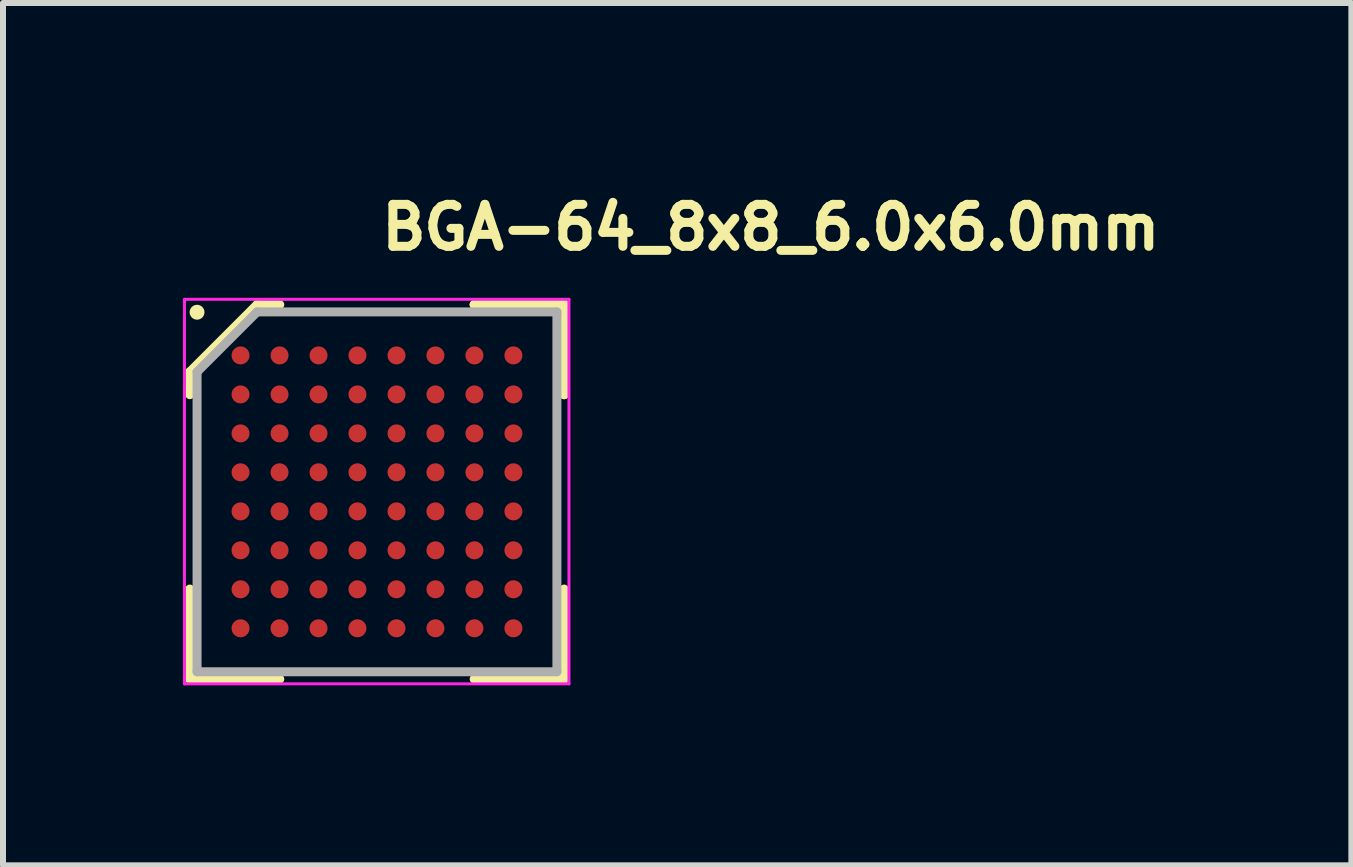
<source format=kicad_pcb>
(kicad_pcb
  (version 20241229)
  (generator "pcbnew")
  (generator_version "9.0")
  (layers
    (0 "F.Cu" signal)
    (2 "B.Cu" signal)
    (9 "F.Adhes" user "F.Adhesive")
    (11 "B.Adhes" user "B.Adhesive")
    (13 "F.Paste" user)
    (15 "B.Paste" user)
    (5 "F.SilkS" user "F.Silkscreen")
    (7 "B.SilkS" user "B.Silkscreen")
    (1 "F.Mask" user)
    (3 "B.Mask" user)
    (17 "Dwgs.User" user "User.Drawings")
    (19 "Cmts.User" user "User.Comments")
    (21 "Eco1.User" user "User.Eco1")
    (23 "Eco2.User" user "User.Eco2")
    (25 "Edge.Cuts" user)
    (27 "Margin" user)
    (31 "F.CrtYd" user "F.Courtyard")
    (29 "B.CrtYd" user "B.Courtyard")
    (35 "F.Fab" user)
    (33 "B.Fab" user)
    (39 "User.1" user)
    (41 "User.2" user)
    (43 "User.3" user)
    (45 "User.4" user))
  (footprint "BGA-64_8x8_6.0x6.0mm"
    (layer "F.Cu")
    (at 3.235 5.15)
    (property "Reference" "BGA-64_8x8_6.0x6.0mm" (at 0 -4 0) (layer "F.SilkS") (effects (font (size 0.7 0.7) (thickness 0.15)) (justify left bottom)))
    (attr smd)
    (fp_line (start -3.121 -2) (end -3.121 -1.621) (stroke (width 0.15) (type solid)) (layer "F.SilkS"))
    (fp_line (start -3.121 3.12) (end -3.121 1.62) (stroke (width 0.15) (type solid)) (layer "F.SilkS"))
    (fp_line (start -2 -3.121) (end -3.121 -2) (stroke (width 0.15) (type solid)) (layer "F.SilkS"))
    (fp_line (start -1.621 -3.121) (end -2 -3.121) (stroke (width 0.15) (type solid)) (layer "F.SilkS"))
    (fp_line (start -1.621 3.12) (end -3.121 3.12) (stroke (width 0.15) (type solid)) (layer "F.SilkS"))
    (fp_line (start 1.62 -3.121) (end 3.12 -3.121) (stroke (width 0.15) (type solid)) (layer "F.SilkS"))
    (fp_line (start 1.62 -3.121) (end 3.12 -3.121) (stroke (width 0.15) (type solid)) (layer "F.SilkS"))
    (fp_line (start 1.62 -3.121) (end 3.12 -3.121) (stroke (width 0.15) (type solid)) (layer "F.SilkS"))
    (fp_line (start 1.62 3.12) (end 3.12 3.12) (stroke (width 0.15) (type solid)) (layer "F.SilkS"))
    (fp_line (start 3.12 -3.121) (end 3.12 -1.621) (stroke (width 0.15) (type solid)) (layer "F.SilkS"))
    (fp_line (start 3.12 -3.121) (end 3.12 -1.621) (stroke (width 0.15) (type solid)) (layer "F.SilkS"))
    (fp_line (start 3.12 -3.121) (end 3.12 -1.621) (stroke (width 0.15) (type solid)) (layer "F.SilkS"))
    (fp_line (start 3.12 3.12) (end 3.12 1.62) (stroke (width 0.15) (type solid)) (layer "F.SilkS"))
    (fp_circle (center -3 -2.995) (end -2.951 -2.995) (stroke (width 0.15) (type solid)) (fill yes) (layer "F.SilkS"))
    (fp_line (start -3.21 -3.21) (end 3.2 -3.21) (stroke (width 0.05) (type solid)) (layer "F.CrtYd"))
    (fp_line (start -3.21 3.2) (end -3.21 -3.21) (stroke (width 0.05) (type solid)) (layer "F.CrtYd"))
    (fp_line (start 3.2 -3.21) (end 3.2 3.2) (stroke (width 0.05) (type solid)) (layer "F.CrtYd"))
    (fp_line (start 3.2 3.2) (end -3.21 3.2) (stroke (width 0.05) (type solid)) (layer "F.CrtYd"))
    (fp_line (start -3 -2) (end -3 2.999) (stroke (width 0.15) (type solid)) (layer "F.Fab"))
    (fp_line (start -3 2.999) (end 2.999 2.999) (stroke (width 0.15) (type solid)) (layer "F.Fab"))
    (fp_line (start -2 -3) (end -3 -2) (stroke (width 0.15) (type solid)) (layer "F.Fab"))
    (fp_line (start 2.999 -3) (end -2 -3) (stroke (width 0.15) (type solid)) (layer "F.Fab"))
    (fp_line (start 2.999 2.999) (end 2.999 -3) (stroke (width 0.15) (type solid)) (layer "F.Fab"))
    (fp_line (start -3 -3) (end -3 3) (stroke (width 0.1) (type solid)) (layer "User.9"))
    (fp_line (start -3 -3) (end 3 -3) (stroke (width 0.1) (type solid)) (layer "User.9"))
    (fp_line (start -3 3) (end 3 3) (stroke (width 0.1) (type solid)) (layer "User.9"))
    (fp_line (start 3 -3) (end 3 3) (stroke (width 0.1) (type solid)) (layer "User.9"))
    (fp_circle (center -2 -1.986) (end -1.587 -1.986) (stroke (width 0.1) (type default)) (fill no) (layer "User.9"))
    (pad "A1" smd circle (at -2.275 -2.275) (size 0.3 0.3) (layers "F.Cu" "F.Mask" "F.Paste"))
    (pad "A2" smd circle (at -1.625 -2.275) (size 0.3 0.3) (layers "F.Cu" "F.Mask" "F.Paste"))
    (pad "A3" smd circle (at -0.975 -2.275) (size 0.3 0.3) (layers "F.Cu" "F.Mask" "F.Paste"))
    (pad "A4" smd circle (at -0.326 -2.275) (size 0.3 0.3) (layers "F.Cu" "F.Mask" "F.Paste"))
    (pad "A5" smd circle (at 0.325 -2.275) (size 0.3 0.3) (layers "F.Cu" "F.Mask" "F.Paste"))
    (pad "A6" smd circle (at 0.974 -2.275) (size 0.3 0.3) (layers "F.Cu" "F.Mask" "F.Paste"))
    (pad "A7" smd circle (at 1.624 -2.275) (size 0.3 0.3) (layers "F.Cu" "F.Mask" "F.Paste"))
    (pad "A8" smd circle (at 2.274 -2.275) (size 0.3 0.3) (layers "F.Cu" "F.Mask" "F.Paste"))
    (pad "B1" smd circle (at -2.275 -1.625) (size 0.3 0.3) (layers "F.Cu" "F.Mask" "F.Paste"))
    (pad "B2" smd circle (at -1.625 -1.625) (size 0.3 0.3) (layers "F.Cu" "F.Mask" "F.Paste"))
    (pad "B3" smd circle (at -0.975 -1.625) (size 0.3 0.3) (layers "F.Cu" "F.Mask" "F.Paste"))
    (pad "B4" smd circle (at -0.326 -1.625) (size 0.3 0.3) (layers "F.Cu" "F.Mask" "F.Paste"))
    (pad "B5" smd circle (at 0.325 -1.625) (size 0.3 0.3) (layers "F.Cu" "F.Mask" "F.Paste"))
    (pad "B6" smd circle (at 0.974 -1.625) (size 0.3 0.3) (layers "F.Cu" "F.Mask" "F.Paste"))
    (pad "B7" smd circle (at 1.624 -1.625) (size 0.3 0.3) (layers "F.Cu" "F.Mask" "F.Paste"))
    (pad "B8" smd circle (at 2.274 -1.625) (size 0.3 0.3) (layers "F.Cu" "F.Mask" "F.Paste"))
    (pad "C1" smd circle (at -2.275 -0.975) (size 0.3 0.3) (layers "F.Cu" "F.Mask" "F.Paste"))
    (pad "C2" smd circle (at -1.625 -0.975) (size 0.3 0.3) (layers "F.Cu" "F.Mask" "F.Paste"))
    (pad "C3" smd circle (at -0.975 -0.975) (size 0.3 0.3) (layers "F.Cu" "F.Mask" "F.Paste"))
    (pad "C4" smd circle (at -0.326 -0.975) (size 0.3 0.3) (layers "F.Cu" "F.Mask" "F.Paste"))
    (pad "C5" smd circle (at 0.325 -0.975) (size 0.3 0.3) (layers "F.Cu" "F.Mask" "F.Paste"))
    (pad "C6" smd circle (at 0.974 -0.975) (size 0.3 0.3) (layers "F.Cu" "F.Mask" "F.Paste"))
    (pad "C7" smd circle (at 1.624 -0.975) (size 0.3 0.3) (layers "F.Cu" "F.Mask" "F.Paste"))
    (pad "C8" smd circle (at 2.274 -0.975) (size 0.3 0.3) (layers "F.Cu" "F.Mask" "F.Paste"))
    (pad "D1" smd circle (at -2.275 -0.326) (size 0.3 0.3) (layers "F.Cu" "F.Mask" "F.Paste"))
    (pad "D2" smd circle (at -1.625 -0.326) (size 0.3 0.3) (layers "F.Cu" "F.Mask" "F.Paste"))
    (pad "D3" smd circle (at -0.975 -0.326) (size 0.3 0.3) (layers "F.Cu" "F.Mask" "F.Paste"))
    (pad "D4" smd circle (at -0.326 -0.326) (size 0.3 0.3) (layers "F.Cu" "F.Mask" "F.Paste"))
    (pad "D5" smd circle (at 0.325 -0.326) (size 0.3 0.3) (layers "F.Cu" "F.Mask" "F.Paste"))
    (pad "D6" smd circle (at 0.974 -0.326) (size 0.3 0.3) (layers "F.Cu" "F.Mask" "F.Paste"))
    (pad "D7" smd circle (at 1.624 -0.326) (size 0.3 0.3) (layers "F.Cu" "F.Mask" "F.Paste"))
    (pad "D8" smd circle (at 2.274 -0.326) (size 0.3 0.3) (layers "F.Cu" "F.Mask" "F.Paste"))
    (pad "E1" smd circle (at -2.275 0.325) (size 0.3 0.3) (layers "F.Cu" "F.Mask" "F.Paste"))
    (pad "E2" smd circle (at -1.625 0.325) (size 0.3 0.3) (layers "F.Cu" "F.Mask" "F.Paste"))
    (pad "E3" smd circle (at -0.975 0.325) (size 0.3 0.3) (layers "F.Cu" "F.Mask" "F.Paste"))
    (pad "E4" smd circle (at -0.326 0.325) (size 0.3 0.3) (layers "F.Cu" "F.Mask" "F.Paste"))
    (pad "E5" smd circle (at 0.325 0.325) (size 0.3 0.3) (layers "F.Cu" "F.Mask" "F.Paste"))
    (pad "E6" smd circle (at 0.974 0.325) (size 0.3 0.3) (layers "F.Cu" "F.Mask" "F.Paste"))
    (pad "E7" smd circle (at 1.624 0.325) (size 0.3 0.3) (layers "F.Cu" "F.Mask" "F.Paste"))
    (pad "E8" smd circle (at 2.274 0.325) (size 0.3 0.3) (layers "F.Cu" "F.Mask" "F.Paste"))
    (pad "F1" smd circle (at -2.275 0.974) (size 0.3 0.3) (layers "F.Cu" "F.Mask" "F.Paste"))
    (pad "F2" smd circle (at -1.625 0.974) (size 0.3 0.3) (layers "F.Cu" "F.Mask" "F.Paste"))
    (pad "F3" smd circle (at -0.975 0.974) (size 0.3 0.3) (layers "F.Cu" "F.Mask" "F.Paste"))
    (pad "F4" smd circle (at -0.326 0.974) (size 0.3 0.3) (layers "F.Cu" "F.Mask" "F.Paste"))
    (pad "F5" smd circle (at 0.325 0.974) (size 0.3 0.3) (layers "F.Cu" "F.Mask" "F.Paste"))
    (pad "F6" smd circle (at 0.974 0.974) (size 0.3 0.3) (layers "F.Cu" "F.Mask" "F.Paste"))
    (pad "F7" smd circle (at 1.624 0.974) (size 0.3 0.3) (layers "F.Cu" "F.Mask" "F.Paste"))
    (pad "F8" smd circle (at 2.274 0.974) (size 0.3 0.3) (layers "F.Cu" "F.Mask" "F.Paste"))
    (pad "G1" smd circle (at -2.275 1.624) (size 0.3 0.3) (layers "F.Cu" "F.Mask" "F.Paste"))
    (pad "G2" smd circle (at -1.625 1.624) (size 0.3 0.3) (layers "F.Cu" "F.Mask" "F.Paste"))
    (pad "G3" smd circle (at -0.975 1.624) (size 0.3 0.3) (layers "F.Cu" "F.Mask" "F.Paste"))
    (pad "G4" smd circle (at -0.326 1.624) (size 0.3 0.3) (layers "F.Cu" "F.Mask" "F.Paste"))
    (pad "G5" smd circle (at 0.325 1.624) (size 0.3 0.3) (layers "F.Cu" "F.Mask" "F.Paste"))
    (pad "G6" smd circle (at 0.974 1.624) (size 0.3 0.3) (layers "F.Cu" "F.Mask" "F.Paste"))
    (pad "G7" smd circle (at 1.624 1.624) (size 0.3 0.3) (layers "F.Cu" "F.Mask" "F.Paste"))
    (pad "G8" smd circle (at 2.274 1.624) (size 0.3 0.3) (layers "F.Cu" "F.Mask" "F.Paste"))
    (pad "H1" smd circle (at -2.275 2.274) (size 0.3 0.3) (layers "F.Cu" "F.Mask" "F.Paste"))
    (pad "H2" smd circle (at -1.625 2.274) (size 0.3 0.3) (layers "F.Cu" "F.Mask" "F.Paste"))
    (pad "H3" smd circle (at -0.975 2.274) (size 0.3 0.3) (layers "F.Cu" "F.Mask" "F.Paste"))
    (pad "H4" smd circle (at -0.326 2.274) (size 0.3 0.3) (layers "F.Cu" "F.Mask" "F.Paste"))
    (pad "H5" smd circle (at 0.325 2.274) (size 0.3 0.3) (layers "F.Cu" "F.Mask" "F.Paste"))
    (pad "H6" smd circle (at 0.974 2.274) (size 0.3 0.3) (layers "F.Cu" "F.Mask" "F.Paste"))
    (pad "H7" smd circle (at 1.624 2.274) (size 0.3 0.3) (layers "F.Cu" "F.Mask" "F.Paste"))
    (pad "H8" smd circle (at 2.274 2.274) (size 0.3 0.3) (layers "F.Cu" "F.Mask" "F.Paste")))
  (gr_rect
    (start -3 -3)
    (end 19.478 11.375)
    (stroke (width 0.1) (type default))
    (fill no)
    (layer "Edge.Cuts")))
</source>
